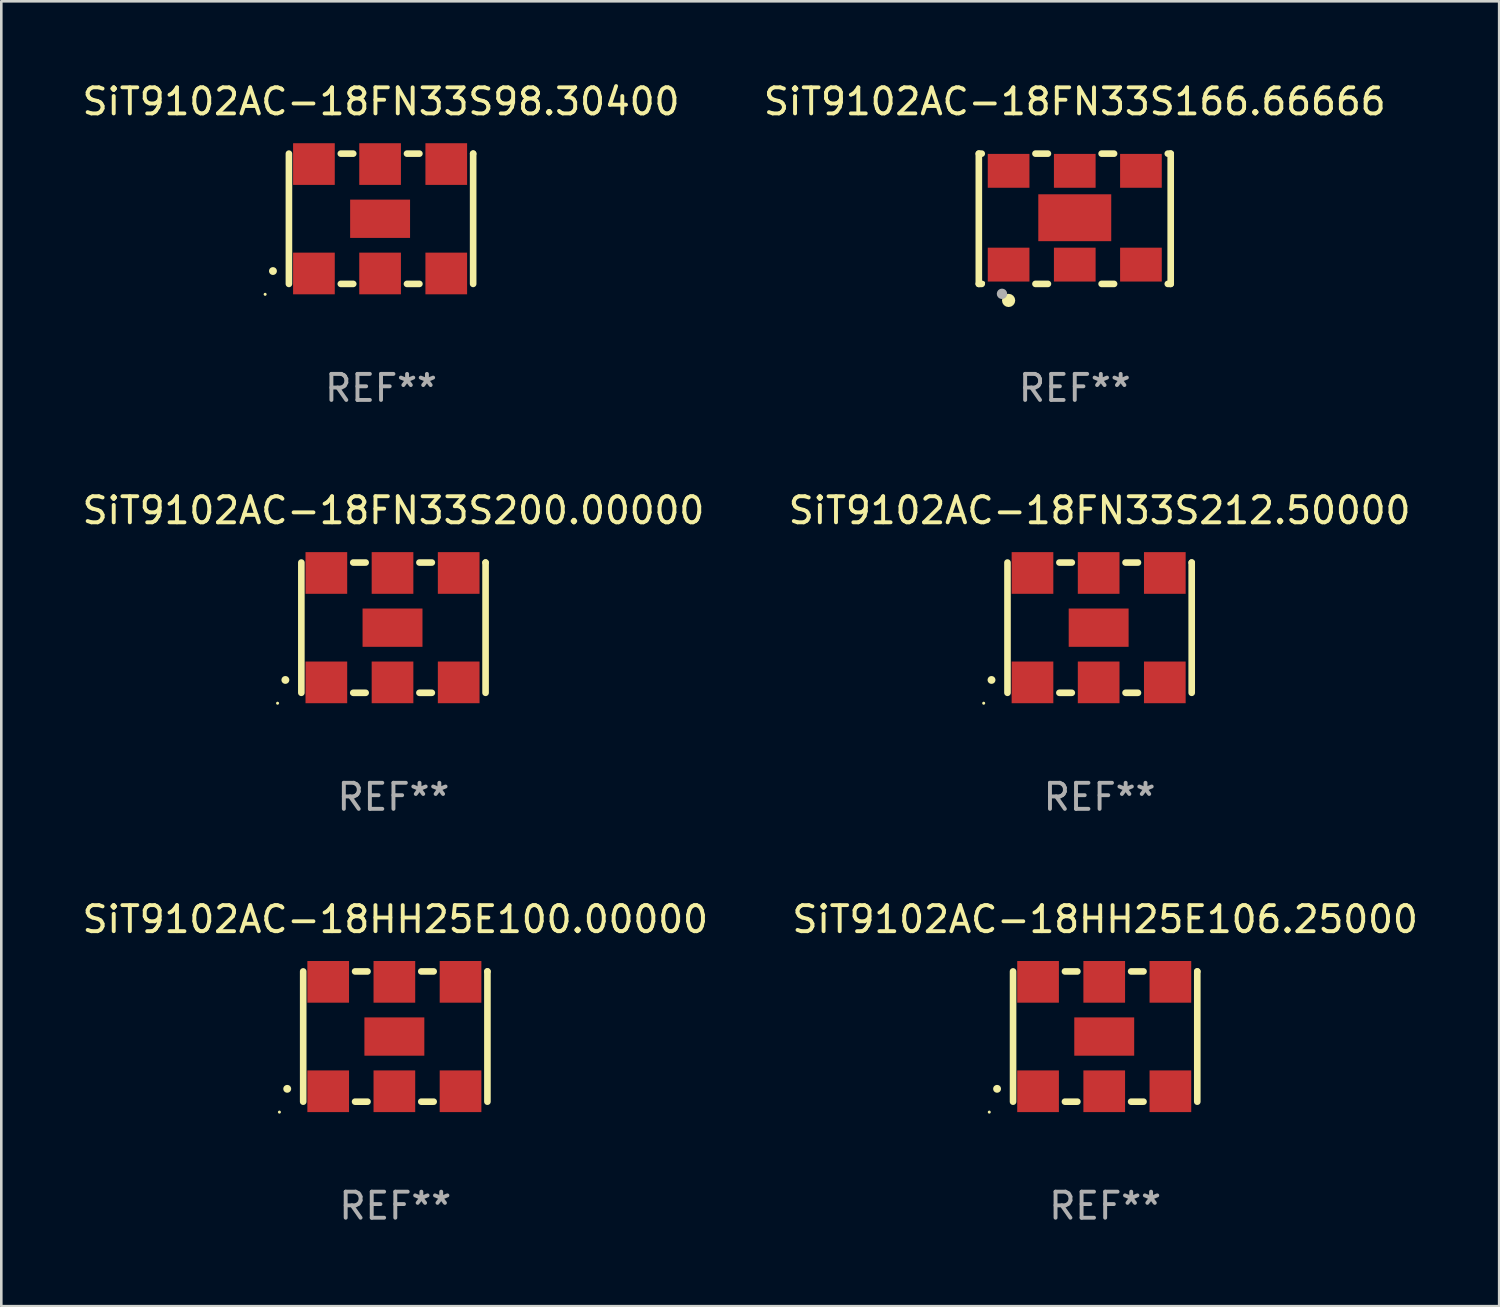
<source format=kicad_pcb>
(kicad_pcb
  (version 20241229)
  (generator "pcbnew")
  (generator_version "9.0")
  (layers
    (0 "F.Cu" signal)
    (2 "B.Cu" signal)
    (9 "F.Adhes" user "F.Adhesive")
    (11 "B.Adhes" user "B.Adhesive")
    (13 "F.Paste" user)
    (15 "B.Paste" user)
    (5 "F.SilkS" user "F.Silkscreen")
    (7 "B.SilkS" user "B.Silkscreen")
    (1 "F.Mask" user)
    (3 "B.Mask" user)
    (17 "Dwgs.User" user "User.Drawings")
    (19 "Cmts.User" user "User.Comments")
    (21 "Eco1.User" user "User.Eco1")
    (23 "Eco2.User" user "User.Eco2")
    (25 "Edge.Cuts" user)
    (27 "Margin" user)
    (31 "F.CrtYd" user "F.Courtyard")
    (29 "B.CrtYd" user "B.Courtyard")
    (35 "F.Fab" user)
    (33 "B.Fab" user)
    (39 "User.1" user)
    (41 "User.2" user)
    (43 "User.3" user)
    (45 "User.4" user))
  (footprint "SiT9102AC-18FN33S212.50000"
    (layer "F.Cu")
    (at 39.161 21.045)
    (property "Reference" "SiT9102AC-18FN33S212.50000" (at 0 -4.5 0) (layer "F.SilkS") (effects (font (size 1 1) (thickness 0.15))))
    (attr through_hole)
    (fp_line (start -3.536 -2.5) (end -3.536 2.5) (stroke (width 0.254) (type solid)) (layer "F.SilkS"))
    (fp_line (start -1.544 2.5) (end -1.067 2.5) (stroke (width 0.254) (type solid)) (layer "F.SilkS"))
    (fp_line (start -1.067 -2.5) (end -1.544 -2.5) (stroke (width 0.254) (type solid)) (layer "F.SilkS"))
    (fp_line (start 0.996 2.5) (end 1.473 2.5) (stroke (width 0.254) (type solid)) (layer "F.SilkS"))
    (fp_line (start 1.473 -2.5) (end 0.996 -2.5) (stroke (width 0.254) (type solid)) (layer "F.SilkS"))
    (fp_line (start 3.536 -2.5) (end 3.536 -2.5) (stroke (width 0.254) (type solid)) (layer "F.SilkS"))
    (fp_line (start 3.536 2.5) (end 3.536 -2.5) (stroke (width 0.254) (type solid)) (layer "F.SilkS"))
    (fp_arc (start -4.150432 2.006604) (mid -4.149162 2.006599) (end -4.147892 2.006604) (stroke (width 0.3) (type solid)) (layer "F.SilkS"))
    (fp_circle (center -4.449 2.9) (end -4.419 2.9) (stroke (width 0.06) (type solid)) (fill no) (layer "F.SilkS"))
    (fp_text user "REF**" (at 0 6.5 0) (layer "F.Fab") (effects (font (size 1 1) (thickness 0.15))))
    (pad "1" smd rect (at -2.576 2.1) (size 1.6 1.6) (layers "F.Cu" "F.Mask" "F.Paste"))
    (pad "2" smd rect (at -0.036 2.1) (size 1.6 1.6) (layers "F.Cu" "F.Mask" "F.Paste"))
    (pad "3" smd rect (at 2.504 2.1) (size 1.6 1.6) (layers "F.Cu" "F.Mask" "F.Paste"))
    (pad "4" smd rect (at 2.504 -2.1) (size 1.6 1.6) (layers "F.Cu" "F.Mask" "F.Paste"))
    (pad "5" smd rect (at -0.036 -2.1) (size 1.6 1.6) (layers "F.Cu" "F.Mask" "F.Paste"))
    (pad "6" smd rect (at -2.576 -2.1) (size 1.6 1.6) (layers "F.Cu" "F.Mask" "F.Paste"))
    (pad "7" smd rect (at -0.036 0) (size 2.3 1.47) (layers "F.Cu" "F.Mask" "F.Paste")))
  (footprint "SiT9102AC-18FN33S200.00000"
    (layer "F.Cu")
    (at 12.054 21.045)
    (property "Reference" "SiT9102AC-18FN33S200.00000" (at 0 -4.5 0) (layer "F.SilkS") (effects (font (size 1 1) (thickness 0.15))))
    (attr through_hole)
    (fp_line (start -3.536 -2.5) (end -3.536 2.5) (stroke (width 0.254) (type solid)) (layer "F.SilkS"))
    (fp_line (start -1.544 2.5) (end -1.067 2.5) (stroke (width 0.254) (type solid)) (layer "F.SilkS"))
    (fp_line (start -1.067 -2.5) (end -1.544 -2.5) (stroke (width 0.254) (type solid)) (layer "F.SilkS"))
    (fp_line (start 0.996 2.5) (end 1.473 2.5) (stroke (width 0.254) (type solid)) (layer "F.SilkS"))
    (fp_line (start 1.473 -2.5) (end 0.996 -2.5) (stroke (width 0.254) (type solid)) (layer "F.SilkS"))
    (fp_line (start 3.536 -2.5) (end 3.536 -2.5) (stroke (width 0.254) (type solid)) (layer "F.SilkS"))
    (fp_line (start 3.536 2.5) (end 3.536 -2.5) (stroke (width 0.254) (type solid)) (layer "F.SilkS"))
    (fp_arc (start -4.150432 2.006604) (mid -4.149162 2.006599) (end -4.147892 2.006604) (stroke (width 0.3) (type solid)) (layer "F.SilkS"))
    (fp_circle (center -4.449 2.9) (end -4.419 2.9) (stroke (width 0.06) (type solid)) (fill no) (layer "F.SilkS"))
    (fp_text user "REF**" (at 0 6.5 0) (layer "F.Fab") (effects (font (size 1 1) (thickness 0.15))))
    (pad "1" smd rect (at -2.576 2.1) (size 1.6 1.6) (layers "F.Cu" "F.Mask" "F.Paste"))
    (pad "2" smd rect (at -0.036 2.1) (size 1.6 1.6) (layers "F.Cu" "F.Mask" "F.Paste"))
    (pad "3" smd rect (at 2.504 2.1) (size 1.6 1.6) (layers "F.Cu" "F.Mask" "F.Paste"))
    (pad "4" smd rect (at 2.504 -2.1) (size 1.6 1.6) (layers "F.Cu" "F.Mask" "F.Paste"))
    (pad "5" smd rect (at -0.036 -2.1) (size 1.6 1.6) (layers "F.Cu" "F.Mask" "F.Paste"))
    (pad "6" smd rect (at -2.576 -2.1) (size 1.6 1.6) (layers "F.Cu" "F.Mask" "F.Paste"))
    (pad "7" smd rect (at -0.036 0) (size 2.3 1.47) (layers "F.Cu" "F.Mask" "F.Paste")))
  (footprint "SiT9102AC-18FN33S98.30400"
    (layer "F.Cu")
    (at 11.577 5.348)
    (property "Reference" "SiT9102AC-18FN33S98.30400" (at 0 -4.5 0) (layer "F.SilkS") (effects (font (size 1 1) (thickness 0.15))))
    (attr through_hole)
    (fp_line (start -3.536 -2.5) (end -3.536 2.5) (stroke (width 0.254) (type solid)) (layer "F.SilkS"))
    (fp_line (start -1.544 2.5) (end -1.067 2.5) (stroke (width 0.254) (type solid)) (layer "F.SilkS"))
    (fp_line (start -1.067 -2.5) (end -1.544 -2.5) (stroke (width 0.254) (type solid)) (layer "F.SilkS"))
    (fp_line (start 0.996 2.5) (end 1.473 2.5) (stroke (width 0.254) (type solid)) (layer "F.SilkS"))
    (fp_line (start 1.473 -2.5) (end 0.996 -2.5) (stroke (width 0.254) (type solid)) (layer "F.SilkS"))
    (fp_line (start 3.536 -2.5) (end 3.536 -2.5) (stroke (width 0.254) (type solid)) (layer "F.SilkS"))
    (fp_line (start 3.536 2.5) (end 3.536 -2.5) (stroke (width 0.254) (type solid)) (layer "F.SilkS"))
    (fp_arc (start -4.150432 2.006604) (mid -4.149162 2.006599) (end -4.147892 2.006604) (stroke (width 0.3) (type solid)) (layer "F.SilkS"))
    (fp_circle (center -4.449 2.9) (end -4.419 2.9) (stroke (width 0.06) (type solid)) (fill no) (layer "F.SilkS"))
    (fp_text user "REF**" (at 0 6.5 0) (layer "F.Fab") (effects (font (size 1 1) (thickness 0.15))))
    (pad "1" smd rect (at -2.576 2.1) (size 1.6 1.6) (layers "F.Cu" "F.Mask" "F.Paste"))
    (pad "2" smd rect (at -0.036 2.1) (size 1.6 1.6) (layers "F.Cu" "F.Mask" "F.Paste"))
    (pad "3" smd rect (at 2.504 2.1) (size 1.6 1.6) (layers "F.Cu" "F.Mask" "F.Paste"))
    (pad "4" smd rect (at 2.504 -2.1) (size 1.6 1.6) (layers "F.Cu" "F.Mask" "F.Paste"))
    (pad "5" smd rect (at -0.036 -2.1) (size 1.6 1.6) (layers "F.Cu" "F.Mask" "F.Paste"))
    (pad "6" smd rect (at -2.576 -2.1) (size 1.6 1.6) (layers "F.Cu" "F.Mask" "F.Paste"))
    (pad "7" smd rect (at -0.036 0) (size 2.3 1.47) (layers "F.Cu" "F.Mask" "F.Paste")))
  (footprint "SiT9102AC-18FN33S166.66666"
    (layer "F.Cu")
    (at 38.208 5.348)
    (property "Reference" "SiT9102AC-18FN33S166.66666" (at 0 -4.5 0) (layer "F.SilkS") (effects (font (size 1 1) (thickness 0.15))))
    (attr through_hole)
    (fp_line (start -3.683 -2.5) (end -3.571 -2.5) (stroke (width 0.254) (type solid)) (layer "F.SilkS"))
    (fp_line (start -3.683 2.5) (end -3.683 -2.5) (stroke (width 0.254) (type solid)) (layer "F.SilkS"))
    (fp_line (start -3.683 2.5) (end -3.571 2.5) (stroke (width 0.254) (type solid)) (layer "F.SilkS"))
    (fp_line (start -1.509 -2.5) (end -1.031 -2.5) (stroke (width 0.254) (type solid)) (layer "F.SilkS"))
    (fp_line (start -1.509 2.5) (end -1.031 2.5) (stroke (width 0.254) (type solid)) (layer "F.SilkS"))
    (fp_line (start 1.031 -2.5) (end 1.509 -2.5) (stroke (width 0.254) (type solid)) (layer "F.SilkS"))
    (fp_line (start 1.031 2.5) (end 1.509 2.5) (stroke (width 0.254) (type solid)) (layer "F.SilkS"))
    (fp_line (start 3.571 -2.5) (end 3.683 -2.5) (stroke (width 0.254) (type solid)) (layer "F.SilkS"))
    (fp_line (start 3.571 2.5) (end 3.683 2.5) (stroke (width 0.254) (type solid)) (layer "F.SilkS"))
    (fp_line (start 3.683 2.5) (end 3.683 -2.5) (stroke (width 0.254) (type solid)) (layer "F.SilkS"))
    (fp_circle (center -3.5 2.46) (end -3.47 2.46) (stroke (width 0.06) (type solid)) (fill no) (layer "F.SilkS"))
    (fp_circle (center -2.54 3.135) (end -2.413 3.135) (stroke (width 0.254) (type solid)) (fill no) (layer "F.SilkS"))
    (fp_circle (center -2.794 2.881) (end -2.694 2.881) (stroke (width 0.2) (type solid)) (fill no) (layer "F.Fab"))
    (fp_text user "REF**" (at 0 6.5 0) (layer "F.Fab") (effects (font (size 1 1) (thickness 0.15))))
    (pad "1" smd rect (at -2.54 1.76) (size 1.6 1.3) (layers "F.Cu" "F.Mask" "F.Paste"))
    (pad "2" smd rect (at 0 1.76) (size 1.6 1.3) (layers "F.Cu" "F.Mask" "F.Paste"))
    (pad "3" smd rect (at 2.54 1.76) (size 1.6 1.3) (layers "F.Cu" "F.Mask" "F.Paste"))
    (pad "4" smd rect (at 2.54 -1.84) (size 1.6 1.3) (layers "F.Cu" "F.Mask" "F.Paste"))
    (pad "5" smd rect (at 0 -1.84) (size 1.6 1.3) (layers "F.Cu" "F.Mask" "F.Paste"))
    (pad "6" smd rect (at -2.54 -1.84) (size 1.6 1.3) (layers "F.Cu" "F.Mask" "F.Paste"))
    (pad "7" smd rect (at 0 -0.04) (size 2.8 1.8) (layers "F.Cu" "F.Mask" "F.Paste")))
  (footprint "SiT9102AC-18HH25E100.00000"
    (layer "F.Cu")
    (at 12.125 36.741)
    (property "Reference" "SiT9102AC-18HH25E100.00000" (at 0 -4.5 0) (layer "F.SilkS") (effects (font (size 1 1) (thickness 0.15))))
    (attr through_hole)
    (fp_line (start -3.536 -2.5) (end -3.536 2.5) (stroke (width 0.254) (type solid)) (layer "F.SilkS"))
    (fp_line (start -1.544 2.5) (end -1.067 2.5) (stroke (width 0.254) (type solid)) (layer "F.SilkS"))
    (fp_line (start -1.067 -2.5) (end -1.544 -2.5) (stroke (width 0.254) (type solid)) (layer "F.SilkS"))
    (fp_line (start 0.996 2.5) (end 1.473 2.5) (stroke (width 0.254) (type solid)) (layer "F.SilkS"))
    (fp_line (start 1.473 -2.5) (end 0.996 -2.5) (stroke (width 0.254) (type solid)) (layer "F.SilkS"))
    (fp_line (start 3.536 -2.5) (end 3.536 -2.5) (stroke (width 0.254) (type solid)) (layer "F.SilkS"))
    (fp_line (start 3.536 2.5) (end 3.536 -2.5) (stroke (width 0.254) (type solid)) (layer "F.SilkS"))
    (fp_arc (start -4.150432 2.006604) (mid -4.149162 2.006599) (end -4.147892 2.006604) (stroke (width 0.3) (type solid)) (layer "F.SilkS"))
    (fp_circle (center -4.449 2.9) (end -4.419 2.9) (stroke (width 0.06) (type solid)) (fill no) (layer "F.SilkS"))
    (fp_text user "REF**" (at 0 6.5 0) (layer "F.Fab") (effects (font (size 1 1) (thickness 0.15))))
    (pad "1" smd rect (at -2.576 2.1) (size 1.6 1.6) (layers "F.Cu" "F.Mask" "F.Paste"))
    (pad "2" smd rect (at -0.036 2.1) (size 1.6 1.6) (layers "F.Cu" "F.Mask" "F.Paste"))
    (pad "3" smd rect (at 2.504 2.1) (size 1.6 1.6) (layers "F.Cu" "F.Mask" "F.Paste"))
    (pad "4" smd rect (at 2.504 -2.1) (size 1.6 1.6) (layers "F.Cu" "F.Mask" "F.Paste"))
    (pad "5" smd rect (at -0.036 -2.1) (size 1.6 1.6) (layers "F.Cu" "F.Mask" "F.Paste"))
    (pad "6" smd rect (at -2.576 -2.1) (size 1.6 1.6) (layers "F.Cu" "F.Mask" "F.Paste"))
    (pad "7" smd rect (at -0.036 0) (size 2.3 1.47) (layers "F.Cu" "F.Mask" "F.Paste")))
  (footprint "SiT9102AC-18HH25E106.25000"
    (layer "F.Cu")
    (at 39.375 36.741)
    (property "Reference" "SiT9102AC-18HH25E106.25000" (at 0 -4.5 0) (layer "F.SilkS") (effects (font (size 1 1) (thickness 0.15))))
    (attr through_hole)
    (fp_line (start -3.536 -2.5) (end -3.536 2.5) (stroke (width 0.254) (type solid)) (layer "F.SilkS"))
    (fp_line (start -1.544 2.5) (end -1.067 2.5) (stroke (width 0.254) (type solid)) (layer "F.SilkS"))
    (fp_line (start -1.067 -2.5) (end -1.544 -2.5) (stroke (width 0.254) (type solid)) (layer "F.SilkS"))
    (fp_line (start 0.996 2.5) (end 1.473 2.5) (stroke (width 0.254) (type solid)) (layer "F.SilkS"))
    (fp_line (start 1.473 -2.5) (end 0.996 -2.5) (stroke (width 0.254) (type solid)) (layer "F.SilkS"))
    (fp_line (start 3.536 -2.5) (end 3.536 -2.5) (stroke (width 0.254) (type solid)) (layer "F.SilkS"))
    (fp_line (start 3.536 2.5) (end 3.536 -2.5) (stroke (width 0.254) (type solid)) (layer "F.SilkS"))
    (fp_arc (start -4.150432 2.006604) (mid -4.149162 2.006599) (end -4.147892 2.006604) (stroke (width 0.3) (type solid)) (layer "F.SilkS"))
    (fp_circle (center -4.449 2.9) (end -4.419 2.9) (stroke (width 0.06) (type solid)) (fill no) (layer "F.SilkS"))
    (fp_text user "REF**" (at 0 6.5 0) (layer "F.Fab") (effects (font (size 1 1) (thickness 0.15))))
    (pad "1" smd rect (at -2.576 2.1) (size 1.6 1.6) (layers "F.Cu" "F.Mask" "F.Paste"))
    (pad "2" smd rect (at -0.036 2.1) (size 1.6 1.6) (layers "F.Cu" "F.Mask" "F.Paste"))
    (pad "3" smd rect (at 2.504 2.1) (size 1.6 1.6) (layers "F.Cu" "F.Mask" "F.Paste"))
    (pad "4" smd rect (at 2.504 -2.1) (size 1.6 1.6) (layers "F.Cu" "F.Mask" "F.Paste"))
    (pad "5" smd rect (at -0.036 -2.1) (size 1.6 1.6) (layers "F.Cu" "F.Mask" "F.Paste"))
    (pad "6" smd rect (at -2.576 -2.1) (size 1.6 1.6) (layers "F.Cu" "F.Mask" "F.Paste"))
    (pad "7" smd rect (at -0.036 0) (size 2.3 1.47) (layers "F.Cu" "F.Mask" "F.Paste")))
  (gr_rect
    (start -3 -3)
    (end 54.5 47.09)
    (stroke (width 0.1) (type default))
    (fill no)
    (layer "Edge.Cuts")))
</source>
